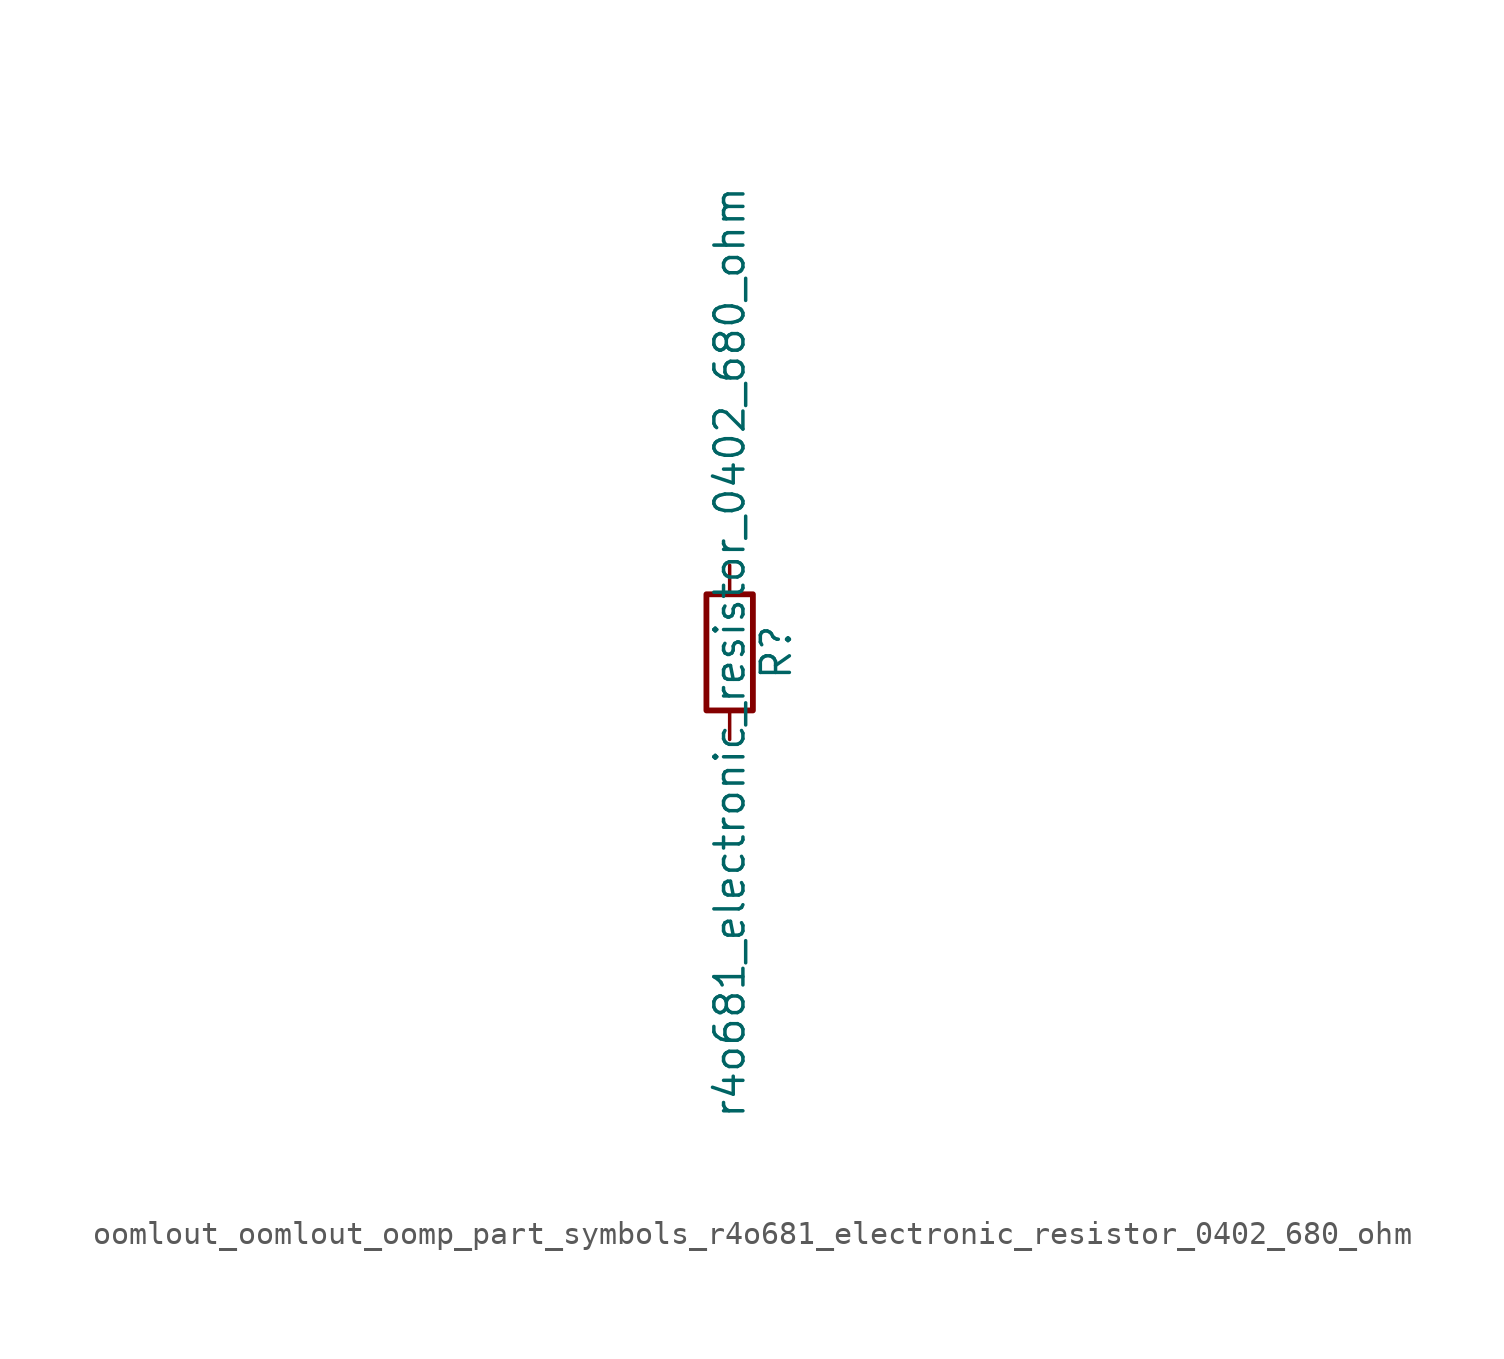
<source format=kicad_sym>
(kicad_symbol_lib
  (version 20220914)
  (generator kicad_symbol_editor)
  (symbol "oomlout_oomlout_oomp_part_symbols_r4o681_electronic_resistor_0402_680_ohm"
    (pin_numbers hide)
    (pin_names
      (offset 0))
    (property "Reference" "R"
      (at 2.032 0 90)
      (effects (font (size 1.27 1.27))))
    (property "Value" "r4o681_electronic_resistor_0402_680_ohm"
      (at 0 0 90)
      (effects (font (size 1.27 1.27))))
    (symbol "oomlout_oomlout_oomp_part_symbols_r4o681_electronic_resistor_0402_680_ohm_0_1"
      (rectangle (start -1.016 -2.54) (end 1.016 2.54) (stroke (width 0.254) (type default)) (fill (type none))))
    (symbol "oomlout_oomlout_oomp_part_symbols_r4o681_electronic_resistor_0402_680_ohm_1_1"
      (pin passive line (at 0 3.81 270) (length 1.27) (name "~" (effects (font (size 1.27 1.27)))) (number "1" (effects (font (size 1.27 1.27)))))
      (pin passive line (at 0 -3.81 90) (length 1.27) (name "~" (effects (font (size 1.27 1.27)))) (number "2" (effects (font (size 1.27 1.27))))))))
</source>
